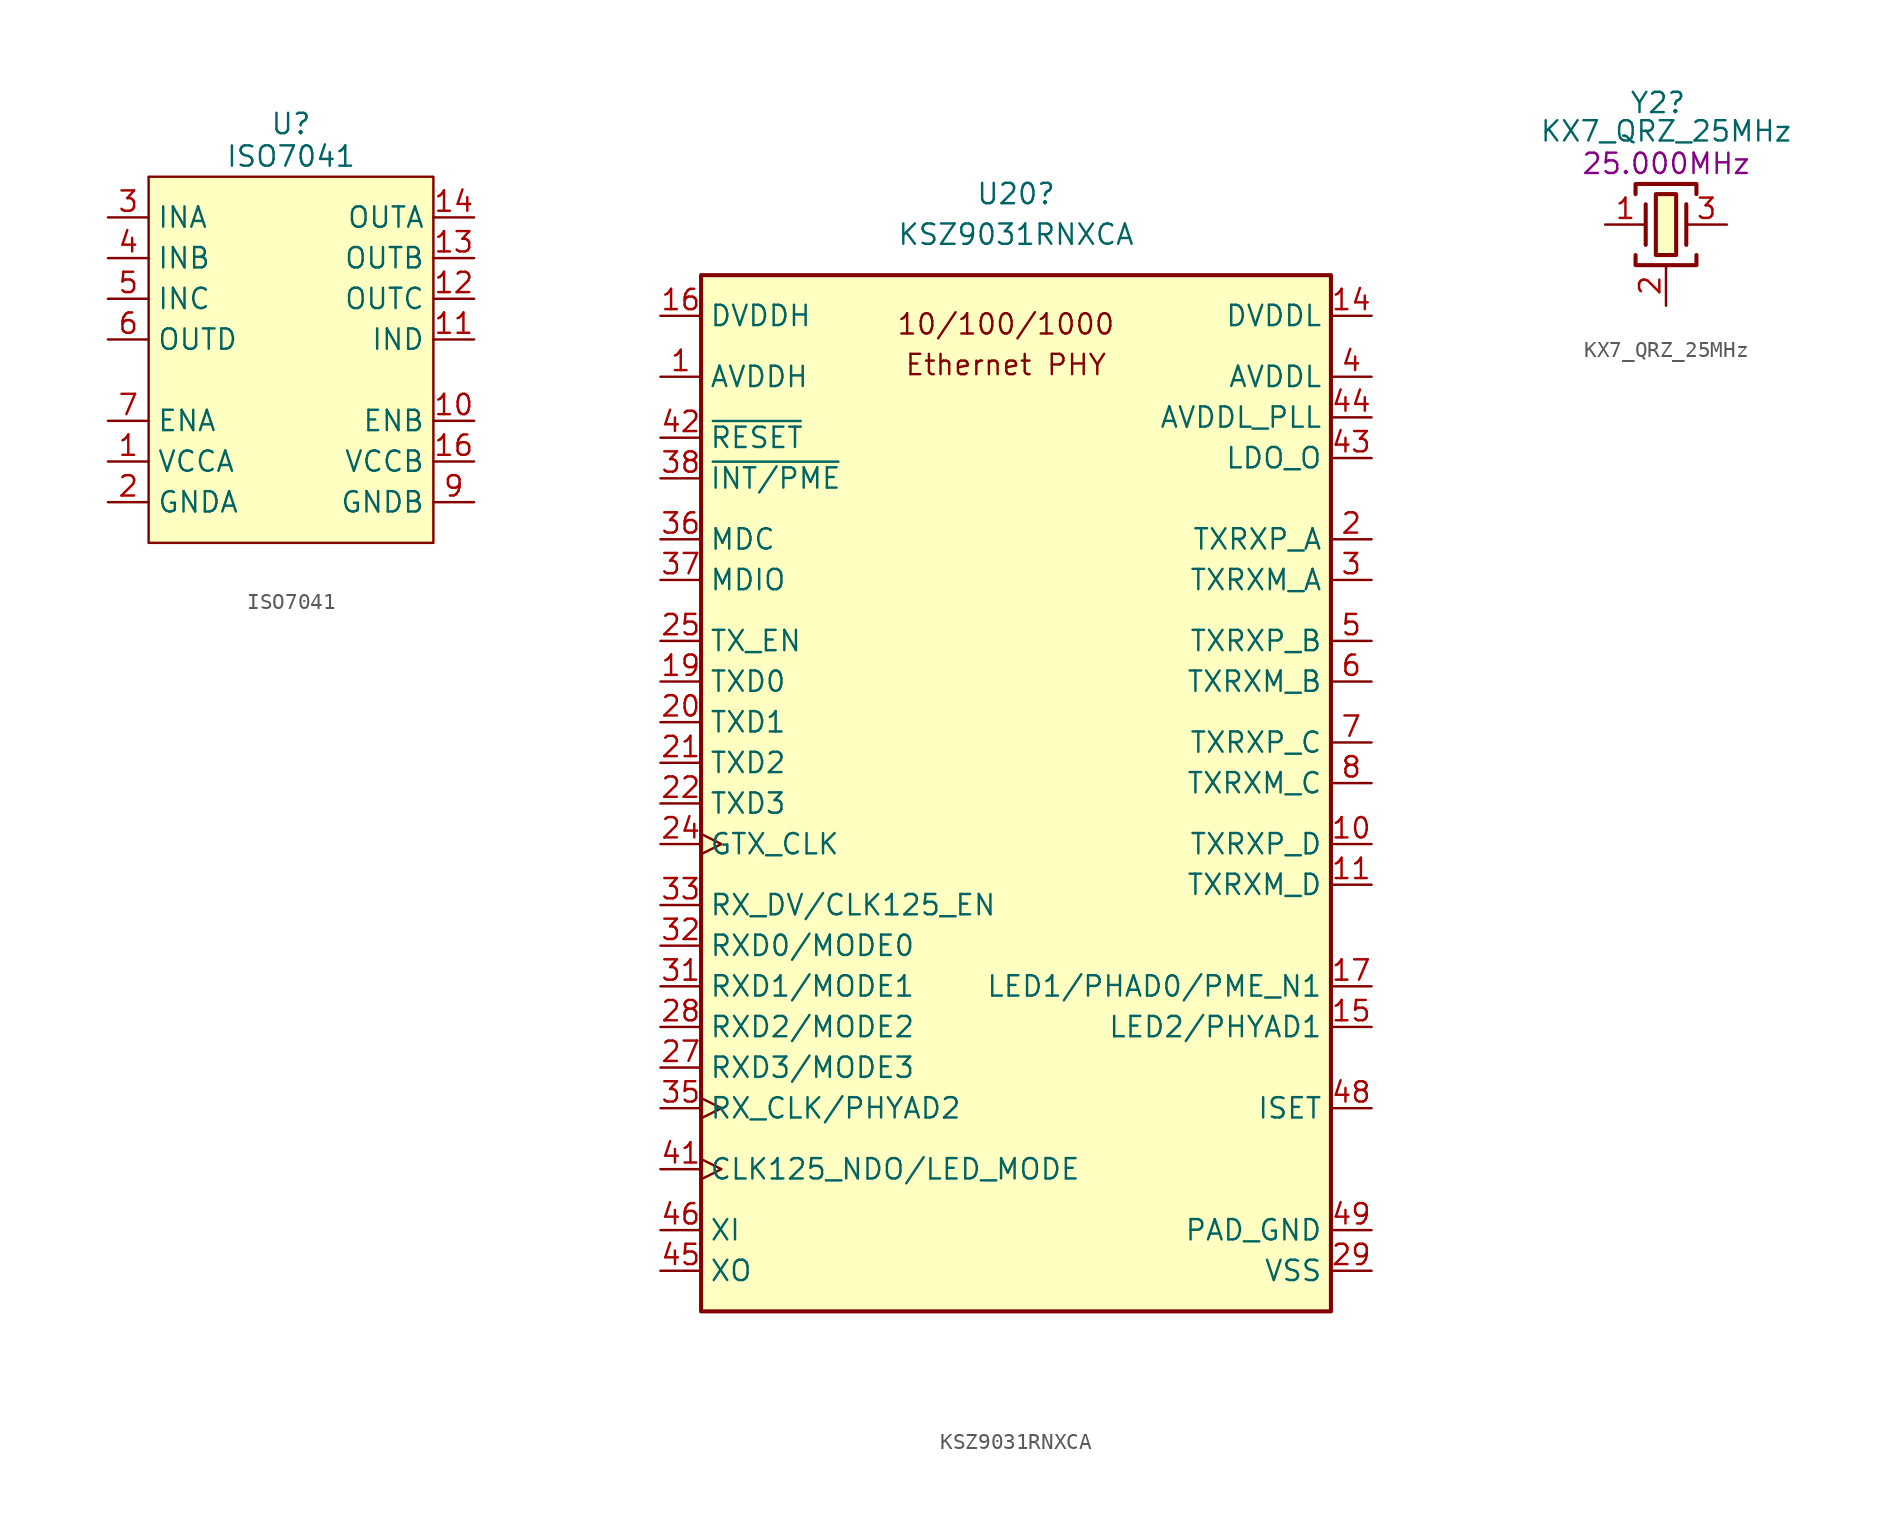
<source format=kicad_sym>
(kicad_symbol_lib
  (version 20231120)
  (generator "kicad_symbol_editor")
  (generator_version "8.0")
  (symbol "ISO7041"
    (property "Reference" "U"
      (at 0 3.302 0)
      (effects (font (size 1.27 1.27))))
    (property "Value" "ISO7041"
      (at 0 1.27 0)
      (effects (font (size 1.27 1.27))))
    (symbol "ISO7041_1_1"
      (rectangle (start -8.89 0) (end 8.89 -22.86) (stroke (width 0) (type default)) (fill (type background)))
      (pin power_in line (at -11.43 -17.78 0) (length 2.54) (name "VCCA" (effects (font (size 1.27 1.27)))) (number "1" (effects (font (size 1.27 1.27)))))
      (pin input line (at 11.43 -15.24 180) (length 2.54) (name "ENB" (effects (font (size 1.27 1.27)))) (number "10" (effects (font (size 1.27 1.27)))))
      (pin output line (at 11.43 -10.16 180) (length 2.54) (name "IND" (effects (font (size 1.27 1.27)))) (number "11" (effects (font (size 1.27 1.27)))))
      (pin output line (at 11.43 -7.62 180) (length 2.54) (name "OUTC" (effects (font (size 1.27 1.27)))) (number "12" (effects (font (size 1.27 1.27)))))
      (pin output line (at 11.43 -5.08 180) (length 2.54) (name "OUTB" (effects (font (size 1.27 1.27)))) (number "13" (effects (font (size 1.27 1.27)))))
      (pin output line (at 11.43 -2.54 180) (length 2.54) (name "OUTA" (effects (font (size 1.27 1.27)))) (number "14" (effects (font (size 1.27 1.27)))))
      (pin passive line (at 11.43 -20.32 180) (length 2.54) hide (name "GNDB" (effects (font (size 1.27 1.27)))) (number "15" (effects (font (size 1.27 1.27)))))
      (pin power_in line (at 11.43 -17.78 180) (length 2.54) (name "VCCB" (effects (font (size 1.27 1.27)))) (number "16" (effects (font (size 1.27 1.27)))))
      (pin passive line (at -11.43 -20.32 0) (length 2.54) (name "GNDA" (effects (font (size 1.27 1.27)))) (number "2" (effects (font (size 1.27 1.27)))))
      (pin input line (at -11.43 -2.54 0) (length 2.54) (name "INA" (effects (font (size 1.27 1.27)))) (number "3" (effects (font (size 1.27 1.27)))))
      (pin input line (at -11.43 -5.08 0) (length 2.54) (name "INB" (effects (font (size 1.27 1.27)))) (number "4" (effects (font (size 1.27 1.27)))))
      (pin input line (at -11.43 -7.62 0) (length 2.54) (name "INC" (effects (font (size 1.27 1.27)))) (number "5" (effects (font (size 1.27 1.27)))))
      (pin input line (at -11.43 -10.16 0) (length 2.54) (name "OUTD" (effects (font (size 1.27 1.27)))) (number "6" (effects (font (size 1.27 1.27)))))
      (pin input line (at -11.43 -15.24 0) (length 2.54) (name "ENA" (effects (font (size 1.27 1.27)))) (number "7" (effects (font (size 1.27 1.27)))))
      (pin passive line (at -11.43 -20.32 0) (length 2.54) hide (name "GNDA" (effects (font (size 1.27 1.27)))) (number "8" (effects (font (size 1.27 1.27)))))
      (pin passive line (at 11.43 -20.32 180) (length 2.54) (name "GNDB" (effects (font (size 1.27 1.27)))) (number "9" (effects (font (size 1.27 1.27)))))))
  (symbol "KSZ9031RNXCA"
    (property "Reference" "U20"
      (at -0.635 5.08 0)
      (effects (font (size 1.27 1.27))))
    (property "Value" "KSZ9031RNXCA"
      (at -0.635 2.54 0)
      (effects (font (size 1.27 1.27) (thickness 0.15))))
    (symbol "KSZ9031RNXCA_1_1"
      (rectangle (start -20.32 0) (end 19.05 -64.77) (stroke (width 0.254) (type default)) (fill (type background)))
      (text "10/100/1000" (at -1.27 -3.81 0) (effects (font (size 1.27 1.27) (thickness 0.15)) (justify bottom)))
      (text "Ethernet PHY" (at -1.27 -6.35 0) (effects (font (size 1.27 1.27) (thickness 0.15)) (justify bottom)))
      (pin power_in line (at -22.86 -6.35 0) (length 2.54) (name "AVDDH" (effects (font (size 1.27 1.27)))) (number "1" (effects (font (size 1.27 1.27)))))
      (pin bidirectional line (at 21.59 -35.56 180) (length 2.54) (name "TXRXP_D" (effects (font (size 1.27 1.27)))) (number "10" (effects (font (size 1.27 1.27)))))
      (pin bidirectional line (at 21.59 -38.1 180) (length 2.54) (name "TXRXM_D" (effects (font (size 1.27 1.27)))) (number "11" (effects (font (size 1.27 1.27)))))
      (pin passive line (at -22.86 -6.35 0) (length 2.54) hide (name "AVDDH" (effects (font (size 1.27 1.27)))) (number "12" (effects (font (size 1.27 1.27)))))
      (pin no_connect line (at 2.54 -64.77 90) (length 2.54) hide (name "NC" (effects (font (size 1.27 1.27)))) (number "13" (effects (font (size 1.27 1.27)))))
      (pin power_in line (at 21.59 -2.54 180) (length 2.54) (name "DVDDL" (effects (font (size 1.27 1.27)))) (number "14" (effects (font (size 1.27 1.27)))))
      (pin bidirectional line (at 21.59 -46.99 180) (length 2.54) (name "LED2/PHYAD1" (effects (font (size 1.27 1.27)))) (number "15" (effects (font (size 1.27 1.27)))))
      (pin power_in line (at -22.86 -2.54 0) (length 2.54) (name "DVDDH" (effects (font (size 1.27 1.27)))) (number "16" (effects (font (size 1.27 1.27)))))
      (pin bidirectional line (at 21.59 -44.45 180) (length 2.54) (name "LED1/PHAD0/PME_N1" (effects (font (size 1.27 1.27)))) (number "17" (effects (font (size 1.27 1.27)))))
      (pin passive line (at 21.59 -2.54 180) (length 2.54) hide (name "DVDDL" (effects (font (size 1.27 1.27)))) (number "18" (effects (font (size 1.27 1.27)))))
      (pin input line (at -22.86 -25.4 0) (length 2.54) (name "TXD0" (effects (font (size 1.27 1.27)))) (number "19" (effects (font (size 1.27 1.27)))))
      (pin bidirectional line (at 21.59 -16.51 180) (length 2.54) (name "TXRXP_A" (effects (font (size 1.27 1.27)))) (number "2" (effects (font (size 1.27 1.27)))))
      (pin input line (at -22.86 -27.94 0) (length 2.54) (name "TXD1" (effects (font (size 1.27 1.27)))) (number "20" (effects (font (size 1.27 1.27)))))
      (pin input line (at -22.86 -30.48 0) (length 2.54) (name "TXD2" (effects (font (size 1.27 1.27)))) (number "21" (effects (font (size 1.27 1.27)))))
      (pin input line (at -22.86 -33.02 0) (length 2.54) (name "TXD3" (effects (font (size 1.27 1.27)))) (number "22" (effects (font (size 1.27 1.27)))))
      (pin passive line (at 21.59 -2.54 180) (length 2.54) hide (name "DVDDL" (effects (font (size 1.27 1.27)))) (number "23" (effects (font (size 1.27 1.27)))))
      (pin input clock (at -22.86 -35.56 0) (length 2.54) (name "GTX_CLK" (effects (font (size 1.27 1.27)))) (number "24" (effects (font (size 1.27 1.27)))))
      (pin input line (at -22.86 -22.86 0) (length 2.54) (name "TX_EN" (effects (font (size 1.27 1.27)))) (number "25" (effects (font (size 1.27 1.27)))))
      (pin passive line (at 21.59 -2.54 180) (length 2.54) hide (name "DVDDL" (effects (font (size 1.27 1.27)))) (number "26" (effects (font (size 1.27 1.27)))))
      (pin input line (at -22.86 -49.53 0) (length 2.54) (name "RXD3/MODE3" (effects (font (size 1.27 1.27)))) (number "27" (effects (font (size 1.27 1.27)))))
      (pin input line (at -22.86 -46.99 0) (length 2.54) (name "RXD2/MODE2" (effects (font (size 1.27 1.27)))) (number "28" (effects (font (size 1.27 1.27)))))
      (pin power_in line (at 21.59 -62.23 180) (length 2.54) (name "VSS" (effects (font (size 1.27 1.27)))) (number "29" (effects (font (size 1.27 1.27)))))
      (pin bidirectional line (at 21.59 -19.05 180) (length 2.54) (name "TXRXM_A" (effects (font (size 1.27 1.27)))) (number "3" (effects (font (size 1.27 1.27)))))
      (pin passive line (at 21.59 -2.54 180) (length 2.54) hide (name "DVDDL" (effects (font (size 1.27 1.27)))) (number "30" (effects (font (size 1.27 1.27)))))
      (pin input line (at -22.86 -44.45 0) (length 2.54) (name "RXD1/MODE1" (effects (font (size 1.27 1.27)))) (number "31" (effects (font (size 1.27 1.27)))))
      (pin input line (at -22.86 -41.91 0) (length 2.54) (name "RXD0/MODE0" (effects (font (size 1.27 1.27)))) (number "32" (effects (font (size 1.27 1.27)))))
      (pin input line (at -22.86 -39.37 0) (length 2.54) (name "RX_DV/CLK125_EN" (effects (font (size 1.27 1.27)))) (number "33" (effects (font (size 1.27 1.27)))))
      (pin passive line (at -22.86 -2.54 0) (length 2.54) hide (name "DVDDH" (effects (font (size 1.27 1.27)))) (number "34" (effects (font (size 1.27 1.27)))))
      (pin input clock (at -22.86 -52.07 0) (length 2.54) (name "RX_CLK/PHYAD2" (effects (font (size 1.27 1.27)))) (number "35" (effects (font (size 1.27 1.27)))))
      (pin input line (at -22.86 -16.51 0) (length 2.54) (name "MDC" (effects (font (size 1.27 1.27)))) (number "36" (effects (font (size 1.27 1.27)))))
      (pin input line (at -22.86 -19.05 0) (length 2.54) (name "MDIO" (effects (font (size 1.27 1.27)))) (number "37" (effects (font (size 1.27 1.27)))))
      (pin input line (at -22.86 -12.7 0) (length 2.54) (name "~{INT/PME}" (effects (font (size 1.27 1.27)))) (number "38" (effects (font (size 1.27 1.27)))))
      (pin passive line (at 21.59 -2.54 180) (length 2.54) hide (name "DVDDL" (effects (font (size 1.27 1.27)))) (number "39" (effects (font (size 1.27 1.27)))))
      (pin power_in line (at 21.59 -6.35 180) (length 2.54) (name "AVDDL" (effects (font (size 1.27 1.27)))) (number "4" (effects (font (size 1.27 1.27)))))
      (pin passive line (at -22.86 -2.54 0) (length 2.54) hide (name "DVDDH" (effects (font (size 1.27 1.27)))) (number "40" (effects (font (size 1.27 1.27)))))
      (pin input clock (at -22.86 -55.88 0) (length 2.54) (name "CLK125_NDO/LED_MODE" (effects (font (size 1.27 1.27)))) (number "41" (effects (font (size 1.27 1.27)))))
      (pin input line (at -22.86 -10.16 0) (length 2.54) (name "~{RESET}" (effects (font (size 1.27 1.27)))) (number "42" (effects (font (size 1.27 1.27)))))
      (pin input line (at 21.59 -11.43 180) (length 2.54) (name "LDO_O" (effects (font (size 1.27 1.27)))) (number "43" (effects (font (size 1.27 1.27)))))
      (pin power_in line (at 21.59 -8.89 180) (length 2.54) (name "AVDDL_PLL" (effects (font (size 1.27 1.27)))) (number "44" (effects (font (size 1.27 1.27)))))
      (pin input line (at -22.86 -62.23 0) (length 2.54) (name "XO" (effects (font (size 1.27 1.27)))) (number "45" (effects (font (size 1.27 1.27)))))
      (pin input line (at -22.86 -59.69 0) (length 2.54) (name "XI" (effects (font (size 1.27 1.27)))) (number "46" (effects (font (size 1.27 1.27)))))
      (pin no_connect line (at 5.715 -64.77 90) (length 2.54) hide (name "NC" (effects (font (size 1.27 1.27)))) (number "47" (effects (font (size 1.27 1.27)))))
      (pin output line (at 21.59 -52.07 180) (length 2.54) (name "ISET" (effects (font (size 1.27 1.27)))) (number "48" (effects (font (size 1.27 1.27)))))
      (pin power_in line (at 21.59 -59.69 180) (length 2.54) (name "PAD_GND" (effects (font (size 1.27 1.27)))) (number "49" (effects (font (size 1.27 1.27)))))
      (pin bidirectional line (at 21.59 -22.86 180) (length 2.54) (name "TXRXP_B" (effects (font (size 1.27 1.27)))) (number "5" (effects (font (size 1.27 1.27)))))
      (pin bidirectional line (at 21.59 -25.4 180) (length 2.54) (name "TXRXM_B" (effects (font (size 1.27 1.27)))) (number "6" (effects (font (size 1.27 1.27)))))
      (pin bidirectional line (at 21.59 -29.21 180) (length 2.54) (name "TXRXP_C" (effects (font (size 1.27 1.27)))) (number "7" (effects (font (size 1.27 1.27)))))
      (pin bidirectional line (at 21.59 -31.75 180) (length 2.54) (name "TXRXM_C" (effects (font (size 1.27 1.27)))) (number "8" (effects (font (size 1.27 1.27)))))
      (pin passive line (at 21.59 -6.35 180) (length 2.54) hide (name "AVDDL" (effects (font (size 1.27 1.27)))) (number "9" (effects (font (size 1.27 1.27)))))))
  (symbol "KX7_QRZ_25MHz"
    (pin_names hide)
    (property "Reference" "Y2"
      (at 3.302 7.62 0)
      (effects (font (size 1.27 1.27))))
    (property "Value" "KX7_QRZ_25MHz"
      (at 3.81 5.842 0)
      (effects (font (size 1.27 1.27) (thickness 0.15))))
    (property "Val" "25.000MHz"
      (at 3.81 3.81 0)
      (effects (font (size 1.27 1.27))))
    (symbol "KX7_QRZ_25MHz_1_1"
      (polyline (pts (xy 2.54 1.27) (xy 2.54 -1.27)) (stroke (width 0.254) (type default)) (fill (type background)))
      (polyline (pts (xy 5.08 1.27) (xy 5.08 -1.27)) (stroke (width 0.254) (type default)) (fill (type background)))
      (polyline (pts (xy 1.905 -1.905) (xy 1.905 -2.54) (xy 5.715 -2.54) (xy 5.715 -1.905)) (stroke (width 0.254) (type default)) (fill (type none)))
      (polyline (pts (xy 1.905 1.905) (xy 1.905 2.54) (xy 5.715 2.54) (xy 5.715 1.905)) (stroke (width 0.254) (type default)) (fill (type none)))
      (rectangle (start 3.175 1.905) (end 4.445 -1.905) (stroke (width 0.254) (type default)) (fill (type background)))
      (pin passive line (at 0 0 0) (length 2.54) (name "~" (effects (font (size 1.27 1.27)))) (number "1" (effects (font (size 1.27 1.27)))))
      (pin passive line (at 3.81 -5.08 90) (length 2.54) (name "SH" (effects (font (size 1.27 1.27)))) (number "2" (effects (font (size 1.27 1.27)))))
      (pin passive line (at 7.62 0 180) (length 2.54) (name "~" (effects (font (size 1.27 1.27)))) (number "3" (effects (font (size 1.27 1.27)))))
      (pin passive line (at 3.81 -5.08 90) (length 2.54) hide (name "SH" (effects (font (size 1.27 1.27)))) (number "4" (effects (font (size 1.27 1.27))))))))
</source>
